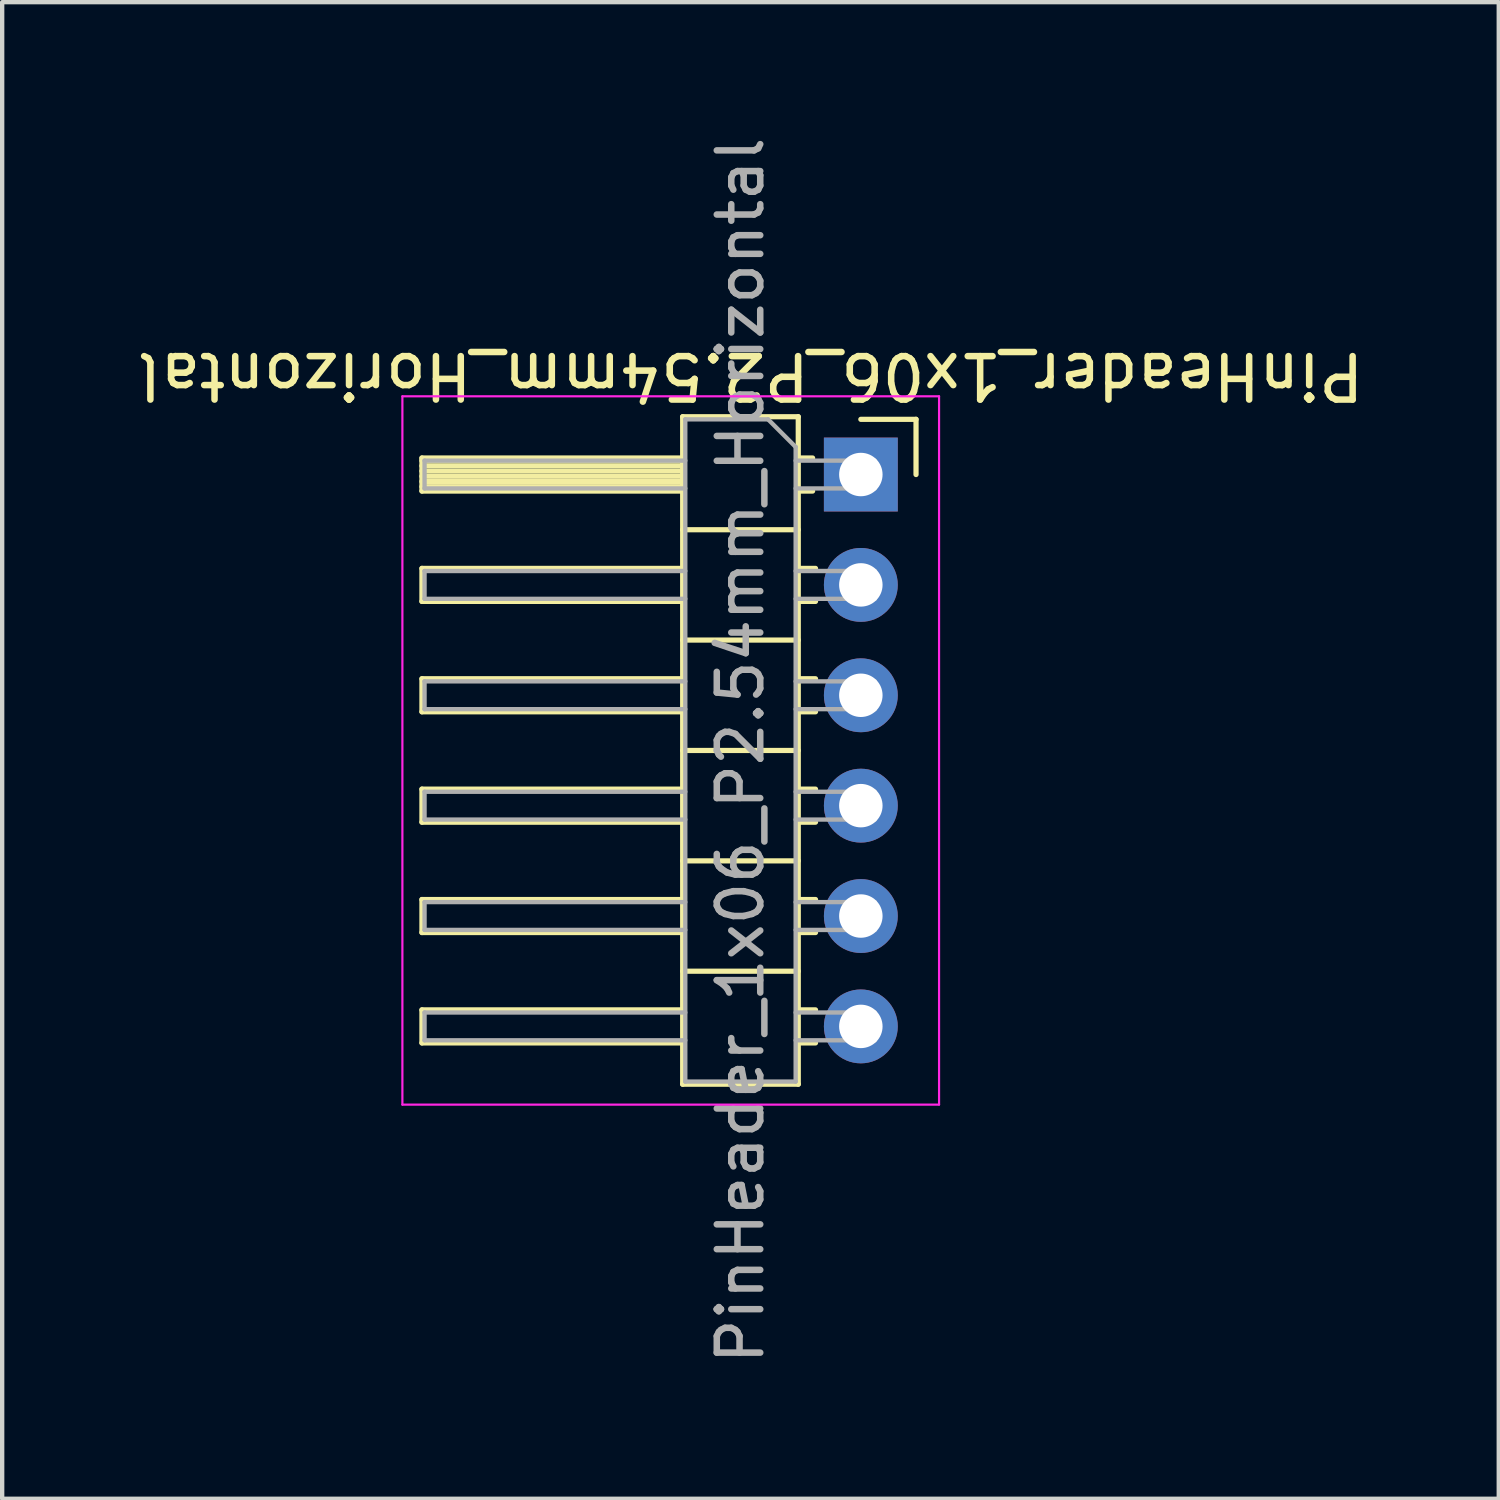
<source format=kicad_pcb>
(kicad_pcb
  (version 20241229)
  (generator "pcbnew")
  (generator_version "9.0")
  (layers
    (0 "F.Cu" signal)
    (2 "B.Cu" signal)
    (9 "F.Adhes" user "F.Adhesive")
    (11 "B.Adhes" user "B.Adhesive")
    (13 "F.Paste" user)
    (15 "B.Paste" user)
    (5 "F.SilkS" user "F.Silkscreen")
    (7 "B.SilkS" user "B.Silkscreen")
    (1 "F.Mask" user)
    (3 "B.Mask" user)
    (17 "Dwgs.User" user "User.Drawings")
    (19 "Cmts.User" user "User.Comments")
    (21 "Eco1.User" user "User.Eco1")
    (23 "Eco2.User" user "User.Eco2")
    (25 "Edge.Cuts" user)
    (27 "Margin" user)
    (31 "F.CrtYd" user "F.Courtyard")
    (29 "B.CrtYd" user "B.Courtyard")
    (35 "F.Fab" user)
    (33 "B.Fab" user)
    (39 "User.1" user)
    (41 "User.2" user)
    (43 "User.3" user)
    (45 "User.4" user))
  (footprint "PinHeader_1x06_P2.54mm_Horizontal"
    (layer "F.Cu")
    (at 16.76 7.87)
    (property "Reference" "PinHeader_1x06_P2.54mm_Horizontal" (at -2.54 -2.27 180) (unlocked yes) (layer "F.SilkS") (effects (font (size 1 1) (thickness 0.15))))
    (attr through_hole)
    (fp_line (start -10.1 -0.38) (end -10.1 0.38) (stroke (width 0.12) (type solid)) (layer "F.SilkS"))
    (fp_line (start -10.1 0.38) (end -4.1 0.38) (stroke (width 0.12) (type solid)) (layer "F.SilkS"))
    (fp_line (start -10.1 2.16) (end -10.1 2.92) (stroke (width 0.12) (type solid)) (layer "F.SilkS"))
    (fp_line (start -10.1 2.92) (end -4.1 2.92) (stroke (width 0.12) (type solid)) (layer "F.SilkS"))
    (fp_line (start -10.1 4.7) (end -10.1 5.46) (stroke (width 0.12) (type solid)) (layer "F.SilkS"))
    (fp_line (start -10.1 5.46) (end -4.1 5.46) (stroke (width 0.12) (type solid)) (layer "F.SilkS"))
    (fp_line (start -10.1 7.24) (end -10.1 8) (stroke (width 0.12) (type solid)) (layer "F.SilkS"))
    (fp_line (start -10.1 8) (end -4.1 8) (stroke (width 0.12) (type solid)) (layer "F.SilkS"))
    (fp_line (start -10.1 9.78) (end -10.1 10.54) (stroke (width 0.12) (type solid)) (layer "F.SilkS"))
    (fp_line (start -10.1 10.54) (end -4.1 10.54) (stroke (width 0.12) (type solid)) (layer "F.SilkS"))
    (fp_line (start -10.1 12.32) (end -10.1 13.08) (stroke (width 0.12) (type solid)) (layer "F.SilkS"))
    (fp_line (start -10.1 13.08) (end -4.1 13.08) (stroke (width 0.12) (type solid)) (layer "F.SilkS"))
    (fp_line (start -4.1 -1.33) (end -1.44 -1.33) (stroke (width 0.12) (type solid)) (layer "F.SilkS"))
    (fp_line (start -4.1 -0.38) (end -10.1 -0.38) (stroke (width 0.12) (type solid)) (layer "F.SilkS"))
    (fp_line (start -4.1 -0.32) (end -10.1 -0.32) (stroke (width 0.12) (type solid)) (layer "F.SilkS"))
    (fp_line (start -4.1 -0.2) (end -10.1 -0.2) (stroke (width 0.12) (type solid)) (layer "F.SilkS"))
    (fp_line (start -4.1 -0.08) (end -10.1 -0.08) (stroke (width 0.12) (type solid)) (layer "F.SilkS"))
    (fp_line (start -4.1 0.04) (end -10.1 0.04) (stroke (width 0.12) (type solid)) (layer "F.SilkS"))
    (fp_line (start -4.1 0.16) (end -10.1 0.16) (stroke (width 0.12) (type solid)) (layer "F.SilkS"))
    (fp_line (start -4.1 0.28) (end -10.1 0.28) (stroke (width 0.12) (type solid)) (layer "F.SilkS"))
    (fp_line (start -4.1 2.16) (end -10.1 2.16) (stroke (width 0.12) (type solid)) (layer "F.SilkS"))
    (fp_line (start -4.1 4.7) (end -10.1 4.7) (stroke (width 0.12) (type solid)) (layer "F.SilkS"))
    (fp_line (start -4.1 7.24) (end -10.1 7.24) (stroke (width 0.12) (type solid)) (layer "F.SilkS"))
    (fp_line (start -4.1 9.78) (end -10.1 9.78) (stroke (width 0.12) (type solid)) (layer "F.SilkS"))
    (fp_line (start -4.1 12.32) (end -10.1 12.32) (stroke (width 0.12) (type solid)) (layer "F.SilkS"))
    (fp_line (start -4.1 14.03) (end -4.1 -1.33) (stroke (width 0.12) (type solid)) (layer "F.SilkS"))
    (fp_line (start -1.44 -1.33) (end -1.44 14.03) (stroke (width 0.12) (type solid)) (layer "F.SilkS"))
    (fp_line (start -1.44 1.27) (end -4.1 1.27) (stroke (width 0.12) (type solid)) (layer "F.SilkS"))
    (fp_line (start -1.44 3.81) (end -4.1 3.81) (stroke (width 0.12) (type solid)) (layer "F.SilkS"))
    (fp_line (start -1.44 6.35) (end -4.1 6.35) (stroke (width 0.12) (type solid)) (layer "F.SilkS"))
    (fp_line (start -1.44 8.89) (end -4.1 8.89) (stroke (width 0.12) (type solid)) (layer "F.SilkS"))
    (fp_line (start -1.44 11.43) (end -4.1 11.43) (stroke (width 0.12) (type solid)) (layer "F.SilkS"))
    (fp_line (start -1.44 14.03) (end -4.1 14.03) (stroke (width 0.12) (type solid)) (layer "F.SilkS"))
    (fp_line (start -1.11 -0.38) (end -1.44 -0.38) (stroke (width 0.12) (type solid)) (layer "F.SilkS"))
    (fp_line (start -1.11 0.38) (end -1.44 0.38) (stroke (width 0.12) (type solid)) (layer "F.SilkS"))
    (fp_line (start -1.043 2.16) (end -1.44 2.16) (stroke (width 0.12) (type solid)) (layer "F.SilkS"))
    (fp_line (start -1.043 2.92) (end -1.44 2.92) (stroke (width 0.12) (type solid)) (layer "F.SilkS"))
    (fp_line (start -1.043 4.7) (end -1.44 4.7) (stroke (width 0.12) (type solid)) (layer "F.SilkS"))
    (fp_line (start -1.043 5.46) (end -1.44 5.46) (stroke (width 0.12) (type solid)) (layer "F.SilkS"))
    (fp_line (start -1.043 7.24) (end -1.44 7.24) (stroke (width 0.12) (type solid)) (layer "F.SilkS"))
    (fp_line (start -1.043 8) (end -1.44 8) (stroke (width 0.12) (type solid)) (layer "F.SilkS"))
    (fp_line (start -1.043 9.78) (end -1.44 9.78) (stroke (width 0.12) (type solid)) (layer "F.SilkS"))
    (fp_line (start -1.043 10.54) (end -1.44 10.54) (stroke (width 0.12) (type solid)) (layer "F.SilkS"))
    (fp_line (start -1.043 12.32) (end -1.44 12.32) (stroke (width 0.12) (type solid)) (layer "F.SilkS"))
    (fp_line (start -1.043 13.08) (end -1.44 13.08) (stroke (width 0.12) (type solid)) (layer "F.SilkS"))
    (fp_line (start 1.27 -1.27) (end 0 -1.27) (stroke (width 0.12) (type solid)) (layer "F.SilkS"))
    (fp_line (start 1.27 0) (end 1.27 -1.27) (stroke (width 0.12) (type solid)) (layer "F.SilkS"))
    (fp_line (start -10.55 -1.8) (end 1.8 -1.8) (stroke (width 0.05) (type solid)) (layer "F.CrtYd"))
    (fp_line (start -10.55 14.5) (end -10.55 -1.8) (stroke (width 0.05) (type solid)) (layer "F.CrtYd"))
    (fp_line (start 1.8 -1.8) (end 1.8 14.5) (stroke (width 0.05) (type solid)) (layer "F.CrtYd"))
    (fp_line (start 1.8 14.5) (end -10.55 14.5) (stroke (width 0.05) (type solid)) (layer "F.CrtYd"))
    (fp_line (start -10.04 -0.32) (end -10.04 0.32) (stroke (width 0.1) (type solid)) (layer "F.Fab"))
    (fp_line (start -10.04 2.22) (end -10.04 2.86) (stroke (width 0.1) (type solid)) (layer "F.Fab"))
    (fp_line (start -10.04 4.76) (end -10.04 5.4) (stroke (width 0.1) (type solid)) (layer "F.Fab"))
    (fp_line (start -10.04 7.3) (end -10.04 7.94) (stroke (width 0.1) (type solid)) (layer "F.Fab"))
    (fp_line (start -10.04 9.84) (end -10.04 10.48) (stroke (width 0.1) (type solid)) (layer "F.Fab"))
    (fp_line (start -10.04 12.38) (end -10.04 13.02) (stroke (width 0.1) (type solid)) (layer "F.Fab"))
    (fp_line (start -4.04 -1.27) (end -4.04 13.97) (stroke (width 0.1) (type solid)) (layer "F.Fab"))
    (fp_line (start -4.04 -0.32) (end -10.04 -0.32) (stroke (width 0.1) (type solid)) (layer "F.Fab"))
    (fp_line (start -4.04 0.32) (end -10.04 0.32) (stroke (width 0.1) (type solid)) (layer "F.Fab"))
    (fp_line (start -4.04 2.22) (end -10.04 2.22) (stroke (width 0.1) (type solid)) (layer "F.Fab"))
    (fp_line (start -4.04 2.86) (end -10.04 2.86) (stroke (width 0.1) (type solid)) (layer "F.Fab"))
    (fp_line (start -4.04 4.76) (end -10.04 4.76) (stroke (width 0.1) (type solid)) (layer "F.Fab"))
    (fp_line (start -4.04 5.4) (end -10.04 5.4) (stroke (width 0.1) (type solid)) (layer "F.Fab"))
    (fp_line (start -4.04 7.3) (end -10.04 7.3) (stroke (width 0.1) (type solid)) (layer "F.Fab"))
    (fp_line (start -4.04 7.94) (end -10.04 7.94) (stroke (width 0.1) (type solid)) (layer "F.Fab"))
    (fp_line (start -4.04 9.84) (end -10.04 9.84) (stroke (width 0.1) (type solid)) (layer "F.Fab"))
    (fp_line (start -4.04 10.48) (end -10.04 10.48) (stroke (width 0.1) (type solid)) (layer "F.Fab"))
    (fp_line (start -4.04 12.38) (end -10.04 12.38) (stroke (width 0.1) (type solid)) (layer "F.Fab"))
    (fp_line (start -4.04 13.02) (end -10.04 13.02) (stroke (width 0.1) (type solid)) (layer "F.Fab"))
    (fp_line (start -4.04 13.97) (end -1.5 13.97) (stroke (width 0.1) (type solid)) (layer "F.Fab"))
    (fp_line (start -2.135 -1.27) (end -4.04 -1.27) (stroke (width 0.1) (type solid)) (layer "F.Fab"))
    (fp_line (start -1.5 -0.635) (end -2.135 -1.27) (stroke (width 0.1) (type solid)) (layer "F.Fab"))
    (fp_line (start -1.5 13.97) (end -1.5 -0.635) (stroke (width 0.1) (type solid)) (layer "F.Fab"))
    (fp_line (start 0.32 -0.32) (end -1.5 -0.32) (stroke (width 0.1) (type solid)) (layer "F.Fab"))
    (fp_line (start 0.32 -0.32) (end 0.32 0.32) (stroke (width 0.1) (type solid)) (layer "F.Fab"))
    (fp_line (start 0.32 0.32) (end -1.5 0.32) (stroke (width 0.1) (type solid)) (layer "F.Fab"))
    (fp_line (start 0.32 2.22) (end -1.5 2.22) (stroke (width 0.1) (type solid)) (layer "F.Fab"))
    (fp_line (start 0.32 2.22) (end 0.32 2.86) (stroke (width 0.1) (type solid)) (layer "F.Fab"))
    (fp_line (start 0.32 2.86) (end -1.5 2.86) (stroke (width 0.1) (type solid)) (layer "F.Fab"))
    (fp_line (start 0.32 4.76) (end -1.5 4.76) (stroke (width 0.1) (type solid)) (layer "F.Fab"))
    (fp_line (start 0.32 4.76) (end 0.32 5.4) (stroke (width 0.1) (type solid)) (layer "F.Fab"))
    (fp_line (start 0.32 5.4) (end -1.5 5.4) (stroke (width 0.1) (type solid)) (layer "F.Fab"))
    (fp_line (start 0.32 7.3) (end -1.5 7.3) (stroke (width 0.1) (type solid)) (layer "F.Fab"))
    (fp_line (start 0.32 7.3) (end 0.32 7.94) (stroke (width 0.1) (type solid)) (layer "F.Fab"))
    (fp_line (start 0.32 7.94) (end -1.5 7.94) (stroke (width 0.1) (type solid)) (layer "F.Fab"))
    (fp_line (start 0.32 9.84) (end -1.5 9.84) (stroke (width 0.1) (type solid)) (layer "F.Fab"))
    (fp_line (start 0.32 9.84) (end 0.32 10.48) (stroke (width 0.1) (type solid)) (layer "F.Fab"))
    (fp_line (start 0.32 10.48) (end -1.5 10.48) (stroke (width 0.1) (type solid)) (layer "F.Fab"))
    (fp_line (start 0.32 12.38) (end -1.5 12.38) (stroke (width 0.1) (type solid)) (layer "F.Fab"))
    (fp_line (start 0.32 12.38) (end 0.32 13.02) (stroke (width 0.1) (type solid)) (layer "F.Fab"))
    (fp_line (start 0.32 13.02) (end -1.5 13.02) (stroke (width 0.1) (type solid)) (layer "F.Fab"))
    (fp_text user "${REFERENCE}" (at -2.77 6.35 270) (layer "F.Fab") (effects (font (size 1 1) (thickness 0.15))))
    (pad "1" thru_hole rect (at 0 0) (size 1.7 1.7) (drill 1) (layers "*.Cu" "*.Mask"))
    (pad "2" thru_hole oval (at 0 2.54) (size 1.7 1.7) (drill 1) (layers "*.Cu" "*.Mask"))
    (pad "3" thru_hole oval (at 0 5.08) (size 1.7 1.7) (drill 1) (layers "*.Cu" "*.Mask"))
    (pad "4" thru_hole oval (at 0 7.62) (size 1.7 1.7) (drill 1) (layers "*.Cu" "*.Mask"))
    (pad "5" thru_hole oval (at 0 10.16) (size 1.7 1.7) (drill 1) (layers "*.Cu" "*.Mask"))
    (pad "6" thru_hole oval (at 0 12.7) (size 1.7 1.7) (drill 1) (layers "*.Cu" "*.Mask")))
  (gr_rect
    (start -3 -3)
    (end 31.44 31.44)
    (stroke (width 0.1) (type default))
    (fill no)
    (layer "Edge.Cuts")))
</source>
